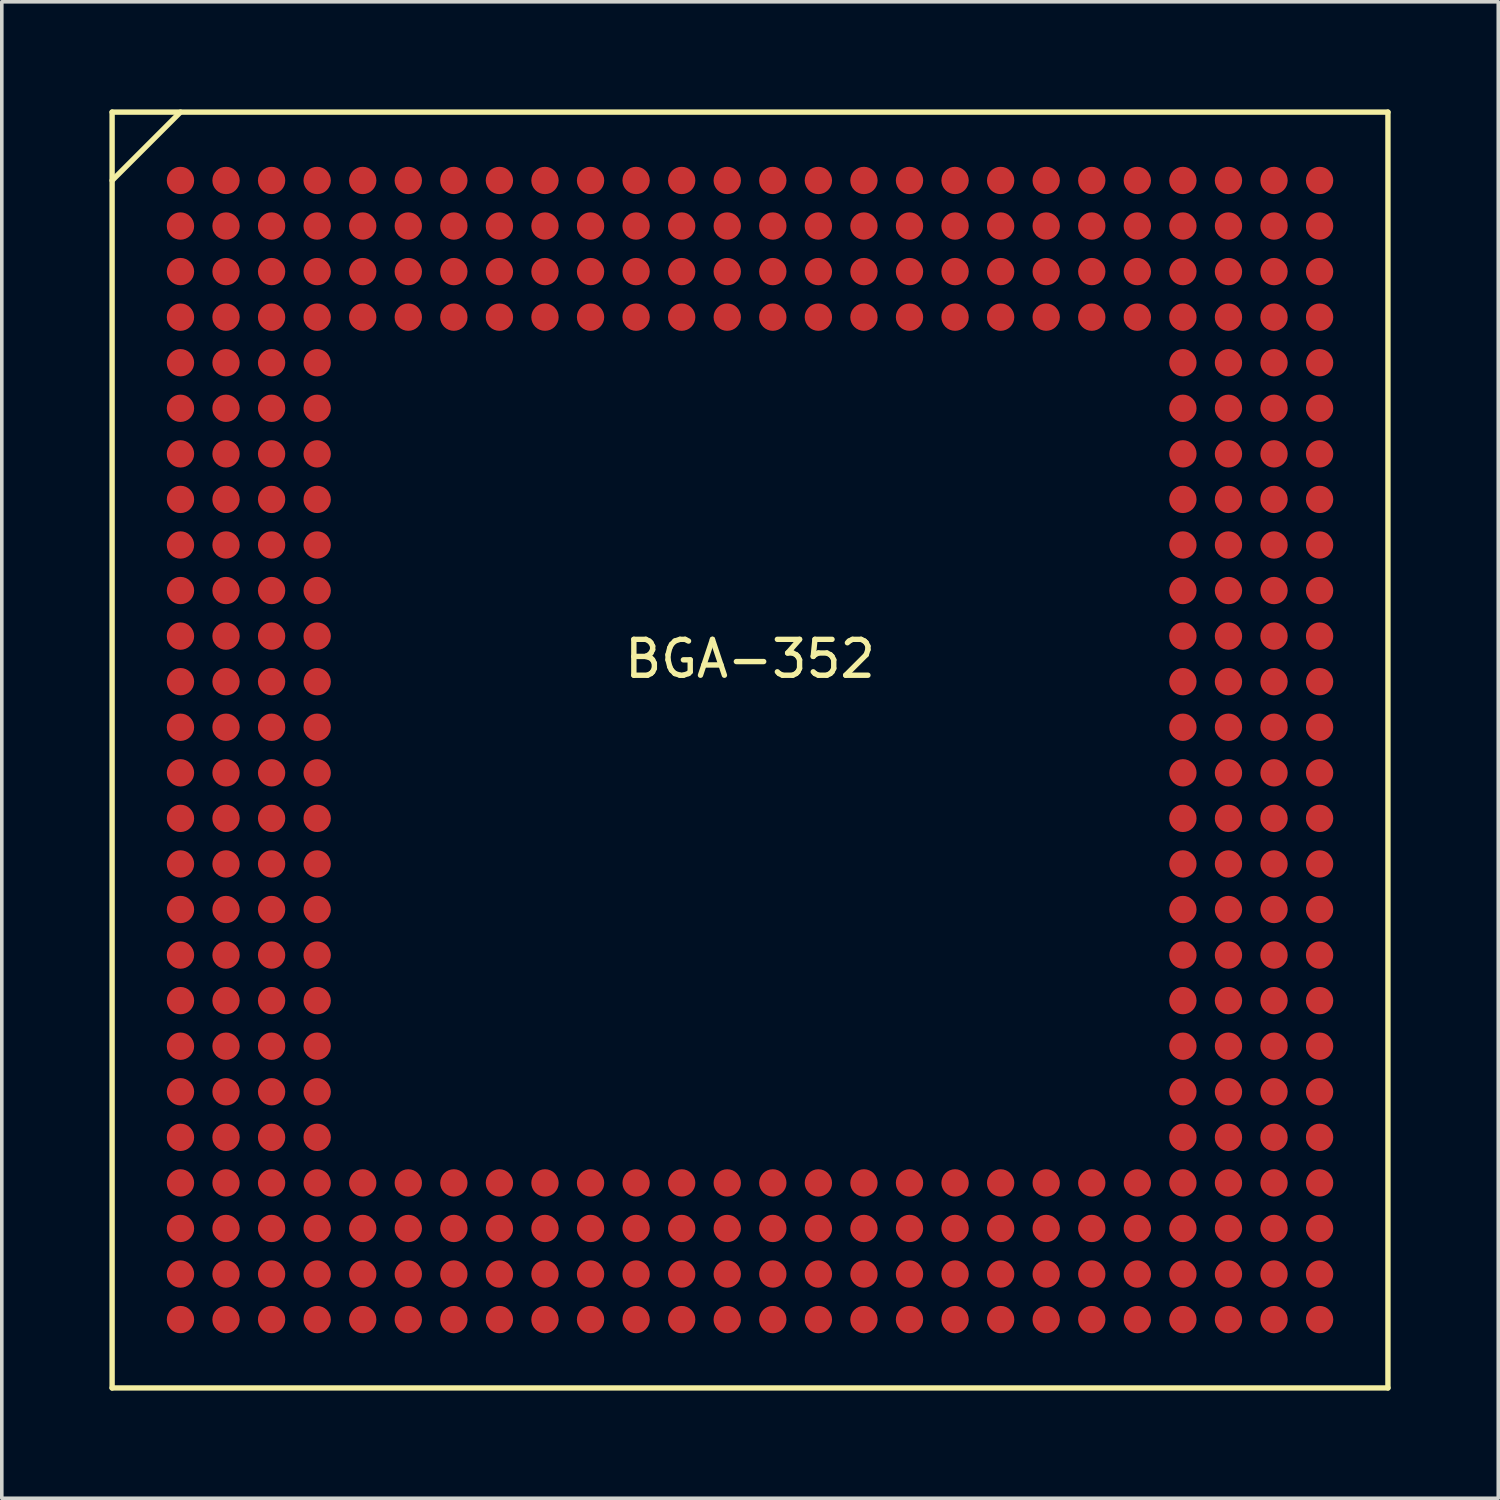
<source format=kicad_pcb>
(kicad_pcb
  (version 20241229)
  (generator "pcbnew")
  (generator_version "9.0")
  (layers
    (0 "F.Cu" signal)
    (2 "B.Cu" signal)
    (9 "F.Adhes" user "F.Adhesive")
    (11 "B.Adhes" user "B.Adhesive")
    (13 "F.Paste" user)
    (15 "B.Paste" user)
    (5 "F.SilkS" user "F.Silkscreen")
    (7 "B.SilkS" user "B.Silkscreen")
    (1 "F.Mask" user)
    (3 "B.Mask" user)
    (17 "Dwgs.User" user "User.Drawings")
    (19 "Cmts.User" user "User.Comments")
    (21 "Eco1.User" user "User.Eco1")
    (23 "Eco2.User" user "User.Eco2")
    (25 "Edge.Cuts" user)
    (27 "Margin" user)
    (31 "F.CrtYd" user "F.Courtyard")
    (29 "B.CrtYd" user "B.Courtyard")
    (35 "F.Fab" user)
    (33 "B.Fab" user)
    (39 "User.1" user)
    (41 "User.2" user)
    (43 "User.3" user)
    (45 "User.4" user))
  (footprint "BGA-352"
    (layer "F.Cu")
    (at 17.855 17.855)
    (property "Reference" "BGA-352" (at 0 -2.54 0) (layer "F.SilkS") (effects (font (size 1 1) (thickness 0.15))))
    (attr smd)
    (fp_line (start -17.78 -17.78) (end 17.78 -17.78) (stroke (width 0.15) (type solid)) (layer "F.SilkS"))
    (fp_line (start -17.78 -15.875) (end -15.875 -17.78) (stroke (width 0.15) (type solid)) (layer "F.SilkS"))
    (fp_line (start -17.78 17.78) (end -17.78 -17.78) (stroke (width 0.15) (type solid)) (layer "F.SilkS"))
    (fp_line (start 17.78 -17.78) (end 17.78 17.78) (stroke (width 0.15) (type solid)) (layer "F.SilkS"))
    (fp_line (start 17.78 17.78) (end -17.78 17.78) (stroke (width 0.15) (type solid)) (layer "F.SilkS"))
    (pad "A1" smd circle (at -15.875 -15.875) (size 0.762 0.762) (layers "F.Cu" "F.Mask" "F.Paste"))
    (pad "A2" smd circle (at -14.605 -15.875) (size 0.762 0.762) (layers "F.Cu" "F.Mask" "F.Paste"))
    (pad "A3" smd circle (at -13.335 -15.875) (size 0.762 0.762) (layers "F.Cu" "F.Mask" "F.Paste"))
    (pad "A4" smd circle (at -12.065 -15.875) (size 0.762 0.762) (layers "F.Cu" "F.Mask" "F.Paste"))
    (pad "A5" smd circle (at -10.795 -15.875) (size 0.762 0.762) (layers "F.Cu" "F.Mask" "F.Paste"))
    (pad "A6" smd circle (at -9.525 -15.875) (size 0.762 0.762) (layers "F.Cu" "F.Mask" "F.Paste"))
    (pad "A7" smd circle (at -8.255 -15.875) (size 0.762 0.762) (layers "F.Cu" "F.Mask" "F.Paste"))
    (pad "A8" smd circle (at -6.985 -15.875) (size 0.762 0.762) (layers "F.Cu" "F.Mask" "F.Paste"))
    (pad "A9" smd circle (at -5.715 -15.875) (size 0.762 0.762) (layers "F.Cu" "F.Mask" "F.Paste"))
    (pad "A10" smd circle (at -4.445 -15.875) (size 0.762 0.762) (layers "F.Cu" "F.Mask" "F.Paste"))
    (pad "A11" smd circle (at -3.175 -15.875) (size 0.762 0.762) (layers "F.Cu" "F.Mask" "F.Paste"))
    (pad "A12" smd circle (at -1.905 -15.875) (size 0.762 0.762) (layers "F.Cu" "F.Mask" "F.Paste"))
    (pad "A13" smd circle (at -0.635 -15.875) (size 0.762 0.762) (layers "F.Cu" "F.Mask" "F.Paste"))
    (pad "A14" smd circle (at 0.635 -15.875) (size 0.762 0.762) (layers "F.Cu" "F.Mask" "F.Paste"))
    (pad "A15" smd circle (at 1.905 -15.875) (size 0.762 0.762) (layers "F.Cu" "F.Mask" "F.Paste"))
    (pad "A16" smd circle (at 3.175 -15.875) (size 0.762 0.762) (layers "F.Cu" "F.Mask" "F.Paste"))
    (pad "A17" smd circle (at 4.445 -15.875) (size 0.762 0.762) (layers "F.Cu" "F.Mask" "F.Paste"))
    (pad "A18" smd circle (at 5.715 -15.875) (size 0.762 0.762) (layers "F.Cu" "F.Mask" "F.Paste"))
    (pad "A19" smd circle (at 6.985 -15.875) (size 0.762 0.762) (layers "F.Cu" "F.Mask" "F.Paste"))
    (pad "A20" smd circle (at 8.255 -15.875) (size 0.762 0.762) (layers "F.Cu" "F.Mask" "F.Paste"))
    (pad "A21" smd circle (at 9.525 -15.875) (size 0.762 0.762) (layers "F.Cu" "F.Mask" "F.Paste"))
    (pad "A22" smd circle (at 10.795 -15.875) (size 0.762 0.762) (layers "F.Cu" "F.Mask" "F.Paste"))
    (pad "A23" smd circle (at 12.065 -15.875) (size 0.762 0.762) (layers "F.Cu" "F.Mask" "F.Paste"))
    (pad "A24" smd circle (at 13.335 -15.875) (size 0.762 0.762) (layers "F.Cu" "F.Mask" "F.Paste"))
    (pad "A25" smd circle (at 14.605 -15.875) (size 0.762 0.762) (layers "F.Cu" "F.Mask" "F.Paste"))
    (pad "A26" smd circle (at 15.875 -15.875) (size 0.762 0.762) (layers "F.Cu" "F.Mask" "F.Paste"))
    (pad "AA1" smd circle (at -15.875 9.525) (size 0.762 0.762) (layers "F.Cu" "F.Mask" "F.Paste"))
    (pad "AA2" smd circle (at -14.605 9.525) (size 0.762 0.762) (layers "F.Cu" "F.Mask" "F.Paste"))
    (pad "AA3" smd circle (at -13.335 9.525) (size 0.762 0.762) (layers "F.Cu" "F.Mask" "F.Paste"))
    (pad "AA4" smd circle (at -12.065 9.525) (size 0.762 0.762) (layers "F.Cu" "F.Mask" "F.Paste"))
    (pad "AA23" smd circle (at 12.065 9.525) (size 0.762 0.762) (layers "F.Cu" "F.Mask" "F.Paste"))
    (pad "AA24" smd circle (at 13.335 9.525) (size 0.762 0.762) (layers "F.Cu" "F.Mask" "F.Paste"))
    (pad "AA25" smd circle (at 14.605 9.525) (size 0.762 0.762) (layers "F.Cu" "F.Mask" "F.Paste"))
    (pad "AA26" smd circle (at 15.875 9.525) (size 0.762 0.762) (layers "F.Cu" "F.Mask" "F.Paste"))
    (pad "AB1" smd circle (at -15.875 10.795) (size 0.762 0.762) (layers "F.Cu" "F.Mask" "F.Paste"))
    (pad "AB2" smd circle (at -14.605 10.795) (size 0.762 0.762) (layers "F.Cu" "F.Mask" "F.Paste"))
    (pad "AB3" smd circle (at -13.335 10.795) (size 0.762 0.762) (layers "F.Cu" "F.Mask" "F.Paste"))
    (pad "AB4" smd circle (at -12.065 10.795) (size 0.762 0.762) (layers "F.Cu" "F.Mask" "F.Paste"))
    (pad "AB23" smd circle (at 12.065 10.795) (size 0.762 0.762) (layers "F.Cu" "F.Mask" "F.Paste"))
    (pad "AB24" smd circle (at 13.335 10.795) (size 0.762 0.762) (layers "F.Cu" "F.Mask" "F.Paste"))
    (pad "AB25" smd circle (at 14.605 10.795) (size 0.762 0.762) (layers "F.Cu" "F.Mask" "F.Paste"))
    (pad "AB26" smd circle (at 15.875 10.795) (size 0.762 0.762) (layers "F.Cu" "F.Mask" "F.Paste"))
    (pad "AC1" smd circle (at -15.875 12.065) (size 0.762 0.762) (layers "F.Cu" "F.Mask" "F.Paste"))
    (pad "AC2" smd circle (at -14.605 12.065) (size 0.762 0.762) (layers "F.Cu" "F.Mask" "F.Paste"))
    (pad "AC3" smd circle (at -13.335 12.065) (size 0.762 0.762) (layers "F.Cu" "F.Mask" "F.Paste"))
    (pad "AC4" smd circle (at -12.065 12.065) (size 0.762 0.762) (layers "F.Cu" "F.Mask" "F.Paste"))
    (pad "AC5" smd circle (at -10.795 12.065) (size 0.762 0.762) (layers "F.Cu" "F.Mask" "F.Paste"))
    (pad "AC6" smd circle (at -9.525 12.065) (size 0.762 0.762) (layers "F.Cu" "F.Mask" "F.Paste"))
    (pad "AC7" smd circle (at -8.255 12.065) (size 0.762 0.762) (layers "F.Cu" "F.Mask" "F.Paste"))
    (pad "AC8" smd circle (at -6.985 12.065) (size 0.762 0.762) (layers "F.Cu" "F.Mask" "F.Paste"))
    (pad "AC9" smd circle (at -5.715 12.065) (size 0.762 0.762) (layers "F.Cu" "F.Mask" "F.Paste"))
    (pad "AC10" smd circle (at -4.445 12.065) (size 0.762 0.762) (layers "F.Cu" "F.Mask" "F.Paste"))
    (pad "AC11" smd circle (at -3.175 12.065) (size 0.762 0.762) (layers "F.Cu" "F.Mask" "F.Paste"))
    (pad "AC12" smd circle (at -1.905 12.065) (size 0.762 0.762) (layers "F.Cu" "F.Mask" "F.Paste"))
    (pad "AC13" smd circle (at -0.635 12.065) (size 0.762 0.762) (layers "F.Cu" "F.Mask" "F.Paste"))
    (pad "AC14" smd circle (at 0.635 12.065) (size 0.762 0.762) (layers "F.Cu" "F.Mask" "F.Paste"))
    (pad "AC15" smd circle (at 1.905 12.065) (size 0.762 0.762) (layers "F.Cu" "F.Mask" "F.Paste"))
    (pad "AC16" smd circle (at 3.175 12.065) (size 0.762 0.762) (layers "F.Cu" "F.Mask" "F.Paste"))
    (pad "AC17" smd circle (at 4.445 12.065) (size 0.762 0.762) (layers "F.Cu" "F.Mask" "F.Paste"))
    (pad "AC18" smd circle (at 5.715 12.065) (size 0.762 0.762) (layers "F.Cu" "F.Mask" "F.Paste"))
    (pad "AC19" smd circle (at 6.985 12.065) (size 0.762 0.762) (layers "F.Cu" "F.Mask" "F.Paste"))
    (pad "AC20" smd circle (at 8.255 12.065) (size 0.762 0.762) (layers "F.Cu" "F.Mask" "F.Paste"))
    (pad "AC21" smd circle (at 9.525 12.065) (size 0.762 0.762) (layers "F.Cu" "F.Mask" "F.Paste"))
    (pad "AC22" smd circle (at 10.795 12.065) (size 0.762 0.762) (layers "F.Cu" "F.Mask" "F.Paste"))
    (pad "AC23" smd circle (at 12.065 12.065) (size 0.762 0.762) (layers "F.Cu" "F.Mask" "F.Paste"))
    (pad "AC24" smd circle (at 13.335 12.065) (size 0.762 0.762) (layers "F.Cu" "F.Mask" "F.Paste"))
    (pad "AC25" smd circle (at 14.605 12.065) (size 0.762 0.762) (layers "F.Cu" "F.Mask" "F.Paste"))
    (pad "AC26" smd circle (at 15.875 12.065) (size 0.762 0.762) (layers "F.Cu" "F.Mask" "F.Paste"))
    (pad "AD1" smd circle (at -15.875 13.335) (size 0.762 0.762) (layers "F.Cu" "F.Mask" "F.Paste"))
    (pad "AD2" smd circle (at -14.605 13.335) (size 0.762 0.762) (layers "F.Cu" "F.Mask" "F.Paste"))
    (pad "AD3" smd circle (at -13.335 13.335) (size 0.762 0.762) (layers "F.Cu" "F.Mask" "F.Paste"))
    (pad "AD4" smd circle (at -12.065 13.335) (size 0.762 0.762) (layers "F.Cu" "F.Mask" "F.Paste"))
    (pad "AD5" smd circle (at -10.795 13.335) (size 0.762 0.762) (layers "F.Cu" "F.Mask" "F.Paste"))
    (pad "AD6" smd circle (at -9.525 13.335) (size 0.762 0.762) (layers "F.Cu" "F.Mask" "F.Paste"))
    (pad "AD7" smd circle (at -8.255 13.335) (size 0.762 0.762) (layers "F.Cu" "F.Mask" "F.Paste"))
    (pad "AD8" smd circle (at -6.985 13.335) (size 0.762 0.762) (layers "F.Cu" "F.Mask" "F.Paste"))
    (pad "AD9" smd circle (at -5.715 13.335) (size 0.762 0.762) (layers "F.Cu" "F.Mask" "F.Paste"))
    (pad "AD10" smd circle (at -4.445 13.335) (size 0.762 0.762) (layers "F.Cu" "F.Mask" "F.Paste"))
    (pad "AD11" smd circle (at -3.175 13.335) (size 0.762 0.762) (layers "F.Cu" "F.Mask" "F.Paste"))
    (pad "AD12" smd circle (at -1.905 13.335) (size 0.762 0.762) (layers "F.Cu" "F.Mask" "F.Paste"))
    (pad "AD13" smd circle (at -0.635 13.335) (size 0.762 0.762) (layers "F.Cu" "F.Mask" "F.Paste"))
    (pad "AD14" smd circle (at 0.635 13.335) (size 0.762 0.762) (layers "F.Cu" "F.Mask" "F.Paste"))
    (pad "AD15" smd circle (at 1.905 13.335) (size 0.762 0.762) (layers "F.Cu" "F.Mask" "F.Paste"))
    (pad "AD16" smd circle (at 3.175 13.335) (size 0.762 0.762) (layers "F.Cu" "F.Mask" "F.Paste"))
    (pad "AD17" smd circle (at 4.445 13.335) (size 0.762 0.762) (layers "F.Cu" "F.Mask" "F.Paste"))
    (pad "AD18" smd circle (at 5.715 13.335) (size 0.762 0.762) (layers "F.Cu" "F.Mask" "F.Paste"))
    (pad "AD19" smd circle (at 6.985 13.335) (size 0.762 0.762) (layers "F.Cu" "F.Mask" "F.Paste"))
    (pad "AD20" smd circle (at 8.255 13.335) (size 0.762 0.762) (layers "F.Cu" "F.Mask" "F.Paste"))
    (pad "AD21" smd circle (at 9.525 13.335) (size 0.762 0.762) (layers "F.Cu" "F.Mask" "F.Paste"))
    (pad "AD22" smd circle (at 10.795 13.335) (size 0.762 0.762) (layers "F.Cu" "F.Mask" "F.Paste"))
    (pad "AD23" smd circle (at 12.065 13.335) (size 0.762 0.762) (layers "F.Cu" "F.Mask" "F.Paste"))
    (pad "AD24" smd circle (at 13.335 13.335) (size 0.762 0.762) (layers "F.Cu" "F.Mask" "F.Paste"))
    (pad "AD25" smd circle (at 14.605 13.335) (size 0.762 0.762) (layers "F.Cu" "F.Mask" "F.Paste"))
    (pad "AD26" smd circle (at 15.875 13.335) (size 0.762 0.762) (layers "F.Cu" "F.Mask" "F.Paste"))
    (pad "AE1" smd circle (at -15.875 14.605) (size 0.762 0.762) (layers "F.Cu" "F.Mask" "F.Paste"))
    (pad "AE2" smd circle (at -14.605 14.605) (size 0.762 0.762) (layers "F.Cu" "F.Mask" "F.Paste"))
    (pad "AE3" smd circle (at -13.335 14.605) (size 0.762 0.762) (layers "F.Cu" "F.Mask" "F.Paste"))
    (pad "AE4" smd circle (at -12.065 14.605) (size 0.762 0.762) (layers "F.Cu" "F.Mask" "F.Paste"))
    (pad "AE5" smd circle (at -10.795 14.605) (size 0.762 0.762) (layers "F.Cu" "F.Mask" "F.Paste"))
    (pad "AE6" smd circle (at -9.525 14.605) (size 0.762 0.762) (layers "F.Cu" "F.Mask" "F.Paste"))
    (pad "AE7" smd circle (at -8.255 14.605) (size 0.762 0.762) (layers "F.Cu" "F.Mask" "F.Paste"))
    (pad "AE8" smd circle (at -6.985 14.605) (size 0.762 0.762) (layers "F.Cu" "F.Mask" "F.Paste"))
    (pad "AE9" smd circle (at -5.715 14.605) (size 0.762 0.762) (layers "F.Cu" "F.Mask" "F.Paste"))
    (pad "AE10" smd circle (at -4.445 14.605) (size 0.762 0.762) (layers "F.Cu" "F.Mask" "F.Paste"))
    (pad "AE11" smd circle (at -3.175 14.605) (size 0.762 0.762) (layers "F.Cu" "F.Mask" "F.Paste"))
    (pad "AE12" smd circle (at -1.905 14.605) (size 0.762 0.762) (layers "F.Cu" "F.Mask" "F.Paste"))
    (pad "AE13" smd circle (at -0.635 14.605) (size 0.762 0.762) (layers "F.Cu" "F.Mask" "F.Paste"))
    (pad "AE14" smd circle (at 0.635 14.605) (size 0.762 0.762) (layers "F.Cu" "F.Mask" "F.Paste"))
    (pad "AE15" smd circle (at 1.905 14.605) (size 0.762 0.762) (layers "F.Cu" "F.Mask" "F.Paste"))
    (pad "AE16" smd circle (at 3.175 14.605) (size 0.762 0.762) (layers "F.Cu" "F.Mask" "F.Paste"))
    (pad "AE17" smd circle (at 4.445 14.605) (size 0.762 0.762) (layers "F.Cu" "F.Mask" "F.Paste"))
    (pad "AE18" smd circle (at 5.715 14.605) (size 0.762 0.762) (layers "F.Cu" "F.Mask" "F.Paste"))
    (pad "AE19" smd circle (at 6.985 14.605) (size 0.762 0.762) (layers "F.Cu" "F.Mask" "F.Paste"))
    (pad "AE20" smd circle (at 8.255 14.605) (size 0.762 0.762) (layers "F.Cu" "F.Mask" "F.Paste"))
    (pad "AE21" smd circle (at 9.525 14.605) (size 0.762 0.762) (layers "F.Cu" "F.Mask" "F.Paste"))
    (pad "AE22" smd circle (at 10.795 14.605) (size 0.762 0.762) (layers "F.Cu" "F.Mask" "F.Paste"))
    (pad "AE23" smd circle (at 12.065 14.605) (size 0.762 0.762) (layers "F.Cu" "F.Mask" "F.Paste"))
    (pad "AE24" smd circle (at 13.335 14.605) (size 0.762 0.762) (layers "F.Cu" "F.Mask" "F.Paste"))
    (pad "AE25" smd circle (at 14.605 14.605) (size 0.762 0.762) (layers "F.Cu" "F.Mask" "F.Paste"))
    (pad "AE26" smd circle (at 15.875 14.605) (size 0.762 0.762) (layers "F.Cu" "F.Mask" "F.Paste"))
    (pad "AF1" smd circle (at -15.875 15.875) (size 0.762 0.762) (layers "F.Cu" "F.Mask" "F.Paste"))
    (pad "AF2" smd circle (at -14.605 15.875) (size 0.762 0.762) (layers "F.Cu" "F.Mask" "F.Paste"))
    (pad "AF3" smd circle (at -13.335 15.875) (size 0.762 0.762) (layers "F.Cu" "F.Mask" "F.Paste"))
    (pad "AF4" smd circle (at -12.065 15.875) (size 0.762 0.762) (layers "F.Cu" "F.Mask" "F.Paste"))
    (pad "AF5" smd circle (at -10.795 15.875) (size 0.762 0.762) (layers "F.Cu" "F.Mask" "F.Paste"))
    (pad "AF6" smd circle (at -9.525 15.875) (size 0.762 0.762) (layers "F.Cu" "F.Mask" "F.Paste"))
    (pad "AF7" smd circle (at -8.255 15.875) (size 0.762 0.762) (layers "F.Cu" "F.Mask" "F.Paste"))
    (pad "AF8" smd circle (at -6.985 15.875) (size 0.762 0.762) (layers "F.Cu" "F.Mask" "F.Paste"))
    (pad "AF9" smd circle (at -5.715 15.875) (size 0.762 0.762) (layers "F.Cu" "F.Mask" "F.Paste"))
    (pad "AF10" smd circle (at -4.445 15.875) (size 0.762 0.762) (layers "F.Cu" "F.Mask" "F.Paste"))
    (pad "AF11" smd circle (at -3.175 15.875) (size 0.762 0.762) (layers "F.Cu" "F.Mask" "F.Paste"))
    (pad "AF12" smd circle (at -1.905 15.875) (size 0.762 0.762) (layers "F.Cu" "F.Mask" "F.Paste"))
    (pad "AF13" smd circle (at -0.635 15.875) (size 0.762 0.762) (layers "F.Cu" "F.Mask" "F.Paste"))
    (pad "AF14" smd circle (at 0.635 15.875) (size 0.762 0.762) (layers "F.Cu" "F.Mask" "F.Paste"))
    (pad "AF15" smd circle (at 1.905 15.875) (size 0.762 0.762) (layers "F.Cu" "F.Mask" "F.Paste"))
    (pad "AF16" smd circle (at 3.175 15.875) (size 0.762 0.762) (layers "F.Cu" "F.Mask" "F.Paste"))
    (pad "AF17" smd circle (at 4.445 15.875) (size 0.762 0.762) (layers "F.Cu" "F.Mask" "F.Paste"))
    (pad "AF18" smd circle (at 5.715 15.875) (size 0.762 0.762) (layers "F.Cu" "F.Mask" "F.Paste"))
    (pad "AF19" smd circle (at 6.985 15.875) (size 0.762 0.762) (layers "F.Cu" "F.Mask" "F.Paste"))
    (pad "AF20" smd circle (at 8.255 15.875) (size 0.762 0.762) (layers "F.Cu" "F.Mask" "F.Paste"))
    (pad "AF21" smd circle (at 9.525 15.875) (size 0.762 0.762) (layers "F.Cu" "F.Mask" "F.Paste"))
    (pad "AF22" smd circle (at 10.795 15.875) (size 0.762 0.762) (layers "F.Cu" "F.Mask" "F.Paste"))
    (pad "AF23" smd circle (at 12.065 15.875) (size 0.762 0.762) (layers "F.Cu" "F.Mask" "F.Paste"))
    (pad "AF24" smd circle (at 13.335 15.875) (size 0.762 0.762) (layers "F.Cu" "F.Mask" "F.Paste"))
    (pad "AF25" smd circle (at 14.605 15.875) (size 0.762 0.762) (layers "F.Cu" "F.Mask" "F.Paste"))
    (pad "AF26" smd circle (at 15.875 15.875) (size 0.762 0.762) (layers "F.Cu" "F.Mask" "F.Paste"))
    (pad "B1" smd circle (at -15.875 -14.605) (size 0.762 0.762) (layers "F.Cu" "F.Mask" "F.Paste"))
    (pad "B2" smd circle (at -14.605 -14.605) (size 0.762 0.762) (layers "F.Cu" "F.Mask" "F.Paste"))
    (pad "B3" smd circle (at -13.335 -14.605) (size 0.762 0.762) (layers "F.Cu" "F.Mask" "F.Paste"))
    (pad "B4" smd circle (at -12.065 -14.605) (size 0.762 0.762) (layers "F.Cu" "F.Mask" "F.Paste"))
    (pad "B5" smd circle (at -10.795 -14.605) (size 0.762 0.762) (layers "F.Cu" "F.Mask" "F.Paste"))
    (pad "B6" smd circle (at -9.525 -14.605) (size 0.762 0.762) (layers "F.Cu" "F.Mask" "F.Paste"))
    (pad "B7" smd circle (at -8.255 -14.605) (size 0.762 0.762) (layers "F.Cu" "F.Mask" "F.Paste"))
    (pad "B8" smd circle (at -6.985 -14.605) (size 0.762 0.762) (layers "F.Cu" "F.Mask" "F.Paste"))
    (pad "B9" smd circle (at -5.715 -14.605) (size 0.762 0.762) (layers "F.Cu" "F.Mask" "F.Paste"))
    (pad "B10" smd circle (at -4.445 -14.605) (size 0.762 0.762) (layers "F.Cu" "F.Mask" "F.Paste"))
    (pad "B11" smd circle (at -3.175 -14.605) (size 0.762 0.762) (layers "F.Cu" "F.Mask" "F.Paste"))
    (pad "B12" smd circle (at -1.905 -14.605) (size 0.762 0.762) (layers "F.Cu" "F.Mask" "F.Paste"))
    (pad "B13" smd circle (at -0.635 -14.605) (size 0.762 0.762) (layers "F.Cu" "F.Mask" "F.Paste"))
    (pad "B14" smd circle (at 0.635 -14.605) (size 0.762 0.762) (layers "F.Cu" "F.Mask" "F.Paste"))
    (pad "B15" smd circle (at 1.905 -14.605) (size 0.762 0.762) (layers "F.Cu" "F.Mask" "F.Paste"))
    (pad "B16" smd circle (at 3.175 -14.605) (size 0.762 0.762) (layers "F.Cu" "F.Mask" "F.Paste"))
    (pad "B17" smd circle (at 4.445 -14.605) (size 0.762 0.762) (layers "F.Cu" "F.Mask" "F.Paste"))
    (pad "B18" smd circle (at 5.715 -14.605) (size 0.762 0.762) (layers "F.Cu" "F.Mask" "F.Paste"))
    (pad "B19" smd circle (at 6.985 -14.605) (size 0.762 0.762) (layers "F.Cu" "F.Mask" "F.Paste"))
    (pad "B20" smd circle (at 8.255 -14.605) (size 0.762 0.762) (layers "F.Cu" "F.Mask" "F.Paste"))
    (pad "B21" smd circle (at 9.525 -14.605) (size 0.762 0.762) (layers "F.Cu" "F.Mask" "F.Paste"))
    (pad "B22" smd circle (at 10.795 -14.605) (size 0.762 0.762) (layers "F.Cu" "F.Mask" "F.Paste"))
    (pad "B23" smd circle (at 12.065 -14.605) (size 0.762 0.762) (layers "F.Cu" "F.Mask" "F.Paste"))
    (pad "B24" smd circle (at 13.335 -14.605) (size 0.762 0.762) (layers "F.Cu" "F.Mask" "F.Paste"))
    (pad "B25" smd circle (at 14.605 -14.605) (size 0.762 0.762) (layers "F.Cu" "F.Mask" "F.Paste"))
    (pad "B26" smd circle (at 15.875 -14.605) (size 0.762 0.762) (layers "F.Cu" "F.Mask" "F.Paste"))
    (pad "C1" smd circle (at -15.875 -13.335) (size 0.762 0.762) (layers "F.Cu" "F.Mask" "F.Paste"))
    (pad "C2" smd circle (at -14.605 -13.335) (size 0.762 0.762) (layers "F.Cu" "F.Mask" "F.Paste"))
    (pad "C3" smd circle (at -13.335 -13.335) (size 0.762 0.762) (layers "F.Cu" "F.Mask" "F.Paste"))
    (pad "C4" smd circle (at -12.065 -13.335) (size 0.762 0.762) (layers "F.Cu" "F.Mask" "F.Paste"))
    (pad "C5" smd circle (at -10.795 -13.335) (size 0.762 0.762) (layers "F.Cu" "F.Mask" "F.Paste"))
    (pad "C6" smd circle (at -9.525 -13.335) (size 0.762 0.762) (layers "F.Cu" "F.Mask" "F.Paste"))
    (pad "C7" smd circle (at -8.255 -13.335) (size 0.762 0.762) (layers "F.Cu" "F.Mask" "F.Paste"))
    (pad "C8" smd circle (at -6.985 -13.335) (size 0.762 0.762) (layers "F.Cu" "F.Mask" "F.Paste"))
    (pad "C9" smd circle (at -5.715 -13.335) (size 0.762 0.762) (layers "F.Cu" "F.Mask" "F.Paste"))
    (pad "C10" smd circle (at -4.445 -13.335) (size 0.762 0.762) (layers "F.Cu" "F.Mask" "F.Paste"))
    (pad "C11" smd circle (at -3.175 -13.335) (size 0.762 0.762) (layers "F.Cu" "F.Mask" "F.Paste"))
    (pad "C12" smd circle (at -1.905 -13.335) (size 0.762 0.762) (layers "F.Cu" "F.Mask" "F.Paste"))
    (pad "C13" smd circle (at -0.635 -13.335) (size 0.762 0.762) (layers "F.Cu" "F.Mask" "F.Paste"))
    (pad "C14" smd circle (at 0.635 -13.335) (size 0.762 0.762) (layers "F.Cu" "F.Mask" "F.Paste"))
    (pad "C15" smd circle (at 1.905 -13.335) (size 0.762 0.762) (layers "F.Cu" "F.Mask" "F.Paste"))
    (pad "C16" smd circle (at 3.175 -13.335) (size 0.762 0.762) (layers "F.Cu" "F.Mask" "F.Paste"))
    (pad "C17" smd circle (at 4.445 -13.335) (size 0.762 0.762) (layers "F.Cu" "F.Mask" "F.Paste"))
    (pad "C18" smd circle (at 5.715 -13.335) (size 0.762 0.762) (layers "F.Cu" "F.Mask" "F.Paste"))
    (pad "C19" smd circle (at 6.985 -13.335) (size 0.762 0.762) (layers "F.Cu" "F.Mask" "F.Paste"))
    (pad "C20" smd circle (at 8.255 -13.335) (size 0.762 0.762) (layers "F.Cu" "F.Mask" "F.Paste"))
    (pad "C21" smd circle (at 9.525 -13.335) (size 0.762 0.762) (layers "F.Cu" "F.Mask" "F.Paste"))
    (pad "C22" smd circle (at 10.795 -13.335) (size 0.762 0.762) (layers "F.Cu" "F.Mask" "F.Paste"))
    (pad "C23" smd circle (at 12.065 -13.335) (size 0.762 0.762) (layers "F.Cu" "F.Mask" "F.Paste"))
    (pad "C24" smd circle (at 13.335 -13.335) (size 0.762 0.762) (layers "F.Cu" "F.Mask" "F.Paste"))
    (pad "C25" smd circle (at 14.605 -13.335) (size 0.762 0.762) (layers "F.Cu" "F.Mask" "F.Paste"))
    (pad "C26" smd circle (at 15.875 -13.335) (size 0.762 0.762) (layers "F.Cu" "F.Mask" "F.Paste"))
    (pad "D1" smd circle (at -15.875 -12.065) (size 0.762 0.762) (layers "F.Cu" "F.Mask" "F.Paste"))
    (pad "D2" smd circle (at -14.605 -12.065) (size 0.762 0.762) (layers "F.Cu" "F.Mask" "F.Paste"))
    (pad "D3" smd circle (at -13.335 -12.065) (size 0.762 0.762) (layers "F.Cu" "F.Mask" "F.Paste"))
    (pad "D4" smd circle (at -12.065 -12.065) (size 0.762 0.762) (layers "F.Cu" "F.Mask" "F.Paste"))
    (pad "D5" smd circle (at -10.795 -12.065) (size 0.762 0.762) (layers "F.Cu" "F.Mask" "F.Paste"))
    (pad "D6" smd circle (at -9.525 -12.065) (size 0.762 0.762) (layers "F.Cu" "F.Mask" "F.Paste"))
    (pad "D7" smd circle (at -8.255 -12.065) (size 0.762 0.762) (layers "F.Cu" "F.Mask" "F.Paste"))
    (pad "D8" smd circle (at -6.985 -12.065) (size 0.762 0.762) (layers "F.Cu" "F.Mask" "F.Paste"))
    (pad "D9" smd circle (at -5.715 -12.065) (size 0.762 0.762) (layers "F.Cu" "F.Mask" "F.Paste"))
    (pad "D10" smd circle (at -4.445 -12.065) (size 0.762 0.762) (layers "F.Cu" "F.Mask" "F.Paste"))
    (pad "D11" smd circle (at -3.175 -12.065) (size 0.762 0.762) (layers "F.Cu" "F.Mask" "F.Paste"))
    (pad "D12" smd circle (at -1.905 -12.065) (size 0.762 0.762) (layers "F.Cu" "F.Mask" "F.Paste"))
    (pad "D13" smd circle (at -0.635 -12.065) (size 0.762 0.762) (layers "F.Cu" "F.Mask" "F.Paste"))
    (pad "D14" smd circle (at 0.635 -12.065) (size 0.762 0.762) (layers "F.Cu" "F.Mask" "F.Paste"))
    (pad "D15" smd circle (at 1.905 -12.065) (size 0.762 0.762) (layers "F.Cu" "F.Mask" "F.Paste"))
    (pad "D16" smd circle (at 3.175 -12.065) (size 0.762 0.762) (layers "F.Cu" "F.Mask" "F.Paste"))
    (pad "D17" smd circle (at 4.445 -12.065) (size 0.762 0.762) (layers "F.Cu" "F.Mask" "F.Paste"))
    (pad "D18" smd circle (at 5.715 -12.065) (size 0.762 0.762) (layers "F.Cu" "F.Mask" "F.Paste"))
    (pad "D19" smd circle (at 6.985 -12.065) (size 0.762 0.762) (layers "F.Cu" "F.Mask" "F.Paste"))
    (pad "D20" smd circle (at 8.255 -12.065) (size 0.762 0.762) (layers "F.Cu" "F.Mask" "F.Paste"))
    (pad "D21" smd circle (at 9.525 -12.065) (size 0.762 0.762) (layers "F.Cu" "F.Mask" "F.Paste"))
    (pad "D22" smd circle (at 10.795 -12.065) (size 0.762 0.762) (layers "F.Cu" "F.Mask" "F.Paste"))
    (pad "D23" smd circle (at 12.065 -12.065) (size 0.762 0.762) (layers "F.Cu" "F.Mask" "F.Paste"))
    (pad "D24" smd circle (at 13.335 -12.065) (size 0.762 0.762) (layers "F.Cu" "F.Mask" "F.Paste"))
    (pad "D25" smd circle (at 14.605 -12.065) (size 0.762 0.762) (layers "F.Cu" "F.Mask" "F.Paste"))
    (pad "D26" smd circle (at 15.875 -12.065) (size 0.762 0.762) (layers "F.Cu" "F.Mask" "F.Paste"))
    (pad "E1" smd circle (at -15.875 -10.795) (size 0.762 0.762) (layers "F.Cu" "F.Mask" "F.Paste"))
    (pad "E2" smd circle (at -14.605 -10.795) (size 0.762 0.762) (layers "F.Cu" "F.Mask" "F.Paste"))
    (pad "E3" smd circle (at -13.335 -10.795) (size 0.762 0.762) (layers "F.Cu" "F.Mask" "F.Paste"))
    (pad "E4" smd circle (at -12.065 -10.795) (size 0.762 0.762) (layers "F.Cu" "F.Mask" "F.Paste"))
    (pad "E23" smd circle (at 12.065 -10.795) (size 0.762 0.762) (layers "F.Cu" "F.Mask" "F.Paste"))
    (pad "E24" smd circle (at 13.335 -10.795) (size 0.762 0.762) (layers "F.Cu" "F.Mask" "F.Paste"))
    (pad "E25" smd circle (at 14.605 -10.795) (size 0.762 0.762) (layers "F.Cu" "F.Mask" "F.Paste"))
    (pad "E26" smd circle (at 15.875 -10.795) (size 0.762 0.762) (layers "F.Cu" "F.Mask" "F.Paste"))
    (pad "F1" smd circle (at -15.875 -9.525) (size 0.762 0.762) (layers "F.Cu" "F.Mask" "F.Paste"))
    (pad "F2" smd circle (at -14.605 -9.525) (size 0.762 0.762) (layers "F.Cu" "F.Mask" "F.Paste"))
    (pad "F3" smd circle (at -13.335 -9.525) (size 0.762 0.762) (layers "F.Cu" "F.Mask" "F.Paste"))
    (pad "F4" smd circle (at -12.065 -9.525) (size 0.762 0.762) (layers "F.Cu" "F.Mask" "F.Paste"))
    (pad "F23" smd circle (at 12.065 -9.525) (size 0.762 0.762) (layers "F.Cu" "F.Mask" "F.Paste"))
    (pad "F24" smd circle (at 13.335 -9.525) (size 0.762 0.762) (layers "F.Cu" "F.Mask" "F.Paste"))
    (pad "F25" smd circle (at 14.605 -9.525) (size 0.762 0.762) (layers "F.Cu" "F.Mask" "F.Paste"))
    (pad "F26" smd circle (at 15.875 -9.525) (size 0.762 0.762) (layers "F.Cu" "F.Mask" "F.Paste"))
    (pad "G1" smd circle (at -15.875 -8.255) (size 0.762 0.762) (layers "F.Cu" "F.Mask" "F.Paste"))
    (pad "G2" smd circle (at -14.605 -8.255) (size 0.762 0.762) (layers "F.Cu" "F.Mask" "F.Paste"))
    (pad "G3" smd circle (at -13.335 -8.255) (size 0.762 0.762) (layers "F.Cu" "F.Mask" "F.Paste"))
    (pad "G4" smd circle (at -12.065 -8.255) (size 0.762 0.762) (layers "F.Cu" "F.Mask" "F.Paste"))
    (pad "G23" smd circle (at 12.065 -8.255) (size 0.762 0.762) (layers "F.Cu" "F.Mask" "F.Paste"))
    (pad "G24" smd circle (at 13.335 -8.255) (size 0.762 0.762) (layers "F.Cu" "F.Mask" "F.Paste"))
    (pad "G25" smd circle (at 14.605 -8.255) (size 0.762 0.762) (layers "F.Cu" "F.Mask" "F.Paste"))
    (pad "G26" smd circle (at 15.875 -8.255) (size 0.762 0.762) (layers "F.Cu" "F.Mask" "F.Paste"))
    (pad "H1" smd circle (at -15.875 -6.985) (size 0.762 0.762) (layers "F.Cu" "F.Mask" "F.Paste"))
    (pad "H2" smd circle (at -14.605 -6.985) (size 0.762 0.762) (layers "F.Cu" "F.Mask" "F.Paste"))
    (pad "H3" smd circle (at -13.335 -6.985) (size 0.762 0.762) (layers "F.Cu" "F.Mask" "F.Paste"))
    (pad "H4" smd circle (at -12.065 -6.985) (size 0.762 0.762) (layers "F.Cu" "F.Mask" "F.Paste"))
    (pad "H23" smd circle (at 12.065 -6.985) (size 0.762 0.762) (layers "F.Cu" "F.Mask" "F.Paste"))
    (pad "H24" smd circle (at 13.335 -6.985) (size 0.762 0.762) (layers "F.Cu" "F.Mask" "F.Paste"))
    (pad "H25" smd circle (at 14.605 -6.985) (size 0.762 0.762) (layers "F.Cu" "F.Mask" "F.Paste"))
    (pad "H26" smd circle (at 15.875 -6.985) (size 0.762 0.762) (layers "F.Cu" "F.Mask" "F.Paste"))
    (pad "J1" smd circle (at -15.875 -5.715) (size 0.762 0.762) (layers "F.Cu" "F.Mask" "F.Paste"))
    (pad "J2" smd circle (at -14.605 -5.715) (size 0.762 0.762) (layers "F.Cu" "F.Mask" "F.Paste"))
    (pad "J3" smd circle (at -13.335 -5.715) (size 0.762 0.762) (layers "F.Cu" "F.Mask" "F.Paste"))
    (pad "J4" smd circle (at -12.065 -5.715) (size 0.762 0.762) (layers "F.Cu" "F.Mask" "F.Paste"))
    (pad "J23" smd circle (at 12.065 -5.715) (size 0.762 0.762) (layers "F.Cu" "F.Mask" "F.Paste"))
    (pad "J24" smd circle (at 13.335 -5.715) (size 0.762 0.762) (layers "F.Cu" "F.Mask" "F.Paste"))
    (pad "J25" smd circle (at 14.605 -5.715) (size 0.762 0.762) (layers "F.Cu" "F.Mask" "F.Paste"))
    (pad "J26" smd circle (at 15.875 -5.715) (size 0.762 0.762) (layers "F.Cu" "F.Mask" "F.Paste"))
    (pad "K1" smd circle (at -15.875 -4.445) (size 0.762 0.762) (layers "F.Cu" "F.Mask" "F.Paste"))
    (pad "K2" smd circle (at -14.605 -4.445) (size 0.762 0.762) (layers "F.Cu" "F.Mask" "F.Paste"))
    (pad "K3" smd circle (at -13.335 -4.445) (size 0.762 0.762) (layers "F.Cu" "F.Mask" "F.Paste"))
    (pad "K4" smd circle (at -12.065 -4.445) (size 0.762 0.762) (layers "F.Cu" "F.Mask" "F.Paste"))
    (pad "K23" smd circle (at 12.065 -4.445) (size 0.762 0.762) (layers "F.Cu" "F.Mask" "F.Paste"))
    (pad "K24" smd circle (at 13.335 -4.445) (size 0.762 0.762) (layers "F.Cu" "F.Mask" "F.Paste"))
    (pad "K25" smd circle (at 14.605 -4.445) (size 0.762 0.762) (layers "F.Cu" "F.Mask" "F.Paste"))
    (pad "K26" smd circle (at 15.875 -4.445) (size 0.762 0.762) (layers "F.Cu" "F.Mask" "F.Paste"))
    (pad "L1" smd circle (at -15.875 -3.175) (size 0.762 0.762) (layers "F.Cu" "F.Mask" "F.Paste"))
    (pad "L2" smd circle (at -14.605 -3.175) (size 0.762 0.762) (layers "F.Cu" "F.Mask" "F.Paste"))
    (pad "L3" smd circle (at -13.335 -3.175) (size 0.762 0.762) (layers "F.Cu" "F.Mask" "F.Paste"))
    (pad "L4" smd circle (at -12.065 -3.175) (size 0.762 0.762) (layers "F.Cu" "F.Mask" "F.Paste"))
    (pad "L23" smd circle (at 12.065 -3.175) (size 0.762 0.762) (layers "F.Cu" "F.Mask" "F.Paste"))
    (pad "L24" smd circle (at 13.335 -3.175) (size 0.762 0.762) (layers "F.Cu" "F.Mask" "F.Paste"))
    (pad "L25" smd circle (at 14.605 -3.175) (size 0.762 0.762) (layers "F.Cu" "F.Mask" "F.Paste"))
    (pad "L26" smd circle (at 15.875 -3.175) (size 0.762 0.762) (layers "F.Cu" "F.Mask" "F.Paste"))
    (pad "M1" smd circle (at -15.875 -1.905) (size 0.762 0.762) (layers "F.Cu" "F.Mask" "F.Paste"))
    (pad "M2" smd circle (at -14.605 -1.905) (size 0.762 0.762) (layers "F.Cu" "F.Mask" "F.Paste"))
    (pad "M3" smd circle (at -13.335 -1.905) (size 0.762 0.762) (layers "F.Cu" "F.Mask" "F.Paste"))
    (pad "M4" smd circle (at -12.065 -1.905) (size 0.762 0.762) (layers "F.Cu" "F.Mask" "F.Paste"))
    (pad "M23" smd circle (at 12.065 -1.905) (size 0.762 0.762) (layers "F.Cu" "F.Mask" "F.Paste"))
    (pad "M24" smd circle (at 13.335 -1.905) (size 0.762 0.762) (layers "F.Cu" "F.Mask" "F.Paste"))
    (pad "M25" smd circle (at 14.605 -1.905) (size 0.762 0.762) (layers "F.Cu" "F.Mask" "F.Paste"))
    (pad "M26" smd circle (at 15.875 -1.905) (size 0.762 0.762) (layers "F.Cu" "F.Mask" "F.Paste"))
    (pad "N1" smd circle (at -15.875 -0.635) (size 0.762 0.762) (layers "F.Cu" "F.Mask" "F.Paste"))
    (pad "N2" smd circle (at -14.605 -0.635) (size 0.762 0.762) (layers "F.Cu" "F.Mask" "F.Paste"))
    (pad "N3" smd circle (at -13.335 -0.635) (size 0.762 0.762) (layers "F.Cu" "F.Mask" "F.Paste"))
    (pad "N4" smd circle (at -12.065 -0.635) (size 0.762 0.762) (layers "F.Cu" "F.Mask" "F.Paste"))
    (pad "N23" smd circle (at 12.065 -0.635) (size 0.762 0.762) (layers "F.Cu" "F.Mask" "F.Paste"))
    (pad "N24" smd circle (at 13.335 -0.635) (size 0.762 0.762) (layers "F.Cu" "F.Mask" "F.Paste"))
    (pad "N25" smd circle (at 14.605 -0.635) (size 0.762 0.762) (layers "F.Cu" "F.Mask" "F.Paste"))
    (pad "N26" smd circle (at 15.875 -0.635) (size 0.762 0.762) (layers "F.Cu" "F.Mask" "F.Paste"))
    (pad "P1" smd circle (at -15.875 0.635) (size 0.762 0.762) (layers "F.Cu" "F.Mask" "F.Paste"))
    (pad "P2" smd circle (at -14.605 0.635) (size 0.762 0.762) (layers "F.Cu" "F.Mask" "F.Paste"))
    (pad "P3" smd circle (at -13.335 0.635) (size 0.762 0.762) (layers "F.Cu" "F.Mask" "F.Paste"))
    (pad "P4" smd circle (at -12.065 0.635) (size 0.762 0.762) (layers "F.Cu" "F.Mask" "F.Paste"))
    (pad "P23" smd circle (at 12.065 0.635) (size 0.762 0.762) (layers "F.Cu" "F.Mask" "F.Paste"))
    (pad "P24" smd circle (at 13.335 0.635) (size 0.762 0.762) (layers "F.Cu" "F.Mask" "F.Paste"))
    (pad "P25" smd circle (at 14.605 0.635) (size 0.762 0.762) (layers "F.Cu" "F.Mask" "F.Paste"))
    (pad "P26" smd circle (at 15.875 0.635) (size 0.762 0.762) (layers "F.Cu" "F.Mask" "F.Paste"))
    (pad "R1" smd circle (at -15.875 1.905) (size 0.762 0.762) (layers "F.Cu" "F.Mask" "F.Paste"))
    (pad "R2" smd circle (at -14.605 1.905) (size 0.762 0.762) (layers "F.Cu" "F.Mask" "F.Paste"))
    (pad "R3" smd circle (at -13.335 1.905) (size 0.762 0.762) (layers "F.Cu" "F.Mask" "F.Paste"))
    (pad "R4" smd circle (at -12.065 1.905) (size 0.762 0.762) (layers "F.Cu" "F.Mask" "F.Paste"))
    (pad "R23" smd circle (at 12.065 1.905) (size 0.762 0.762) (layers "F.Cu" "F.Mask" "F.Paste"))
    (pad "R24" smd circle (at 13.335 1.905) (size 0.762 0.762) (layers "F.Cu" "F.Mask" "F.Paste"))
    (pad "R25" smd circle (at 14.605 1.905) (size 0.762 0.762) (layers "F.Cu" "F.Mask" "F.Paste"))
    (pad "R26" smd circle (at 15.875 1.905) (size 0.762 0.762) (layers "F.Cu" "F.Mask" "F.Paste"))
    (pad "T1" smd circle (at -15.875 3.175) (size 0.762 0.762) (layers "F.Cu" "F.Mask" "F.Paste"))
    (pad "T2" smd circle (at -14.605 3.175) (size 0.762 0.762) (layers "F.Cu" "F.Mask" "F.Paste"))
    (pad "T3" smd circle (at -13.335 3.175) (size 0.762 0.762) (layers "F.Cu" "F.Mask" "F.Paste"))
    (pad "T4" smd circle (at -12.065 3.175) (size 0.762 0.762) (layers "F.Cu" "F.Mask" "F.Paste"))
    (pad "T23" smd circle (at 12.065 3.175) (size 0.762 0.762) (layers "F.Cu" "F.Mask" "F.Paste"))
    (pad "T24" smd circle (at 13.335 3.175) (size 0.762 0.762) (layers "F.Cu" "F.Mask" "F.Paste"))
    (pad "T25" smd circle (at 14.605 3.175) (size 0.762 0.762) (layers "F.Cu" "F.Mask" "F.Paste"))
    (pad "T26" smd circle (at 15.875 3.175) (size 0.762 0.762) (layers "F.Cu" "F.Mask" "F.Paste"))
    (pad "U1" smd circle (at -15.875 4.445) (size 0.762 0.762) (layers "F.Cu" "F.Mask" "F.Paste"))
    (pad "U2" smd circle (at -14.605 4.445) (size 0.762 0.762) (layers "F.Cu" "F.Mask" "F.Paste"))
    (pad "U3" smd circle (at -13.335 4.445) (size 0.762 0.762) (layers "F.Cu" "F.Mask" "F.Paste"))
    (pad "U4" smd circle (at -12.065 4.445) (size 0.762 0.762) (layers "F.Cu" "F.Mask" "F.Paste"))
    (pad "U23" smd circle (at 12.065 4.445) (size 0.762 0.762) (layers "F.Cu" "F.Mask" "F.Paste"))
    (pad "U24" smd circle (at 13.335 4.445) (size 0.762 0.762) (layers "F.Cu" "F.Mask" "F.Paste"))
    (pad "U25" smd circle (at 14.605 4.445) (size 0.762 0.762) (layers "F.Cu" "F.Mask" "F.Paste"))
    (pad "U26" smd circle (at 15.875 4.445) (size 0.762 0.762) (layers "F.Cu" "F.Mask" "F.Paste"))
    (pad "V1" smd circle (at -15.875 5.715) (size 0.762 0.762) (layers "F.Cu" "F.Mask" "F.Paste"))
    (pad "V2" smd circle (at -14.605 5.715) (size 0.762 0.762) (layers "F.Cu" "F.Mask" "F.Paste"))
    (pad "V3" smd circle (at -13.335 5.715) (size 0.762 0.762) (layers "F.Cu" "F.Mask" "F.Paste"))
    (pad "V4" smd circle (at -12.065 5.715) (size 0.762 0.762) (layers "F.Cu" "F.Mask" "F.Paste"))
    (pad "V23" smd circle (at 12.065 5.715) (size 0.762 0.762) (layers "F.Cu" "F.Mask" "F.Paste"))
    (pad "V24" smd circle (at 13.335 5.715) (size 0.762 0.762) (layers "F.Cu" "F.Mask" "F.Paste"))
    (pad "V25" smd circle (at 14.605 5.715) (size 0.762 0.762) (layers "F.Cu" "F.Mask" "F.Paste"))
    (pad "V26" smd circle (at 15.875 5.715) (size 0.762 0.762) (layers "F.Cu" "F.Mask" "F.Paste"))
    (pad "W1" smd circle (at -15.875 6.985) (size 0.762 0.762) (layers "F.Cu" "F.Mask" "F.Paste"))
    (pad "W2" smd circle (at -14.605 6.985) (size 0.762 0.762) (layers "F.Cu" "F.Mask" "F.Paste"))
    (pad "W3" smd circle (at -13.335 6.985) (size 0.762 0.762) (layers "F.Cu" "F.Mask" "F.Paste"))
    (pad "W4" smd circle (at -12.065 6.985) (size 0.762 0.762) (layers "F.Cu" "F.Mask" "F.Paste"))
    (pad "W23" smd circle (at 12.065 6.985) (size 0.762 0.762) (layers "F.Cu" "F.Mask" "F.Paste"))
    (pad "W24" smd circle (at 13.335 6.985) (size 0.762 0.762) (layers "F.Cu" "F.Mask" "F.Paste"))
    (pad "W25" smd circle (at 14.605 6.985) (size 0.762 0.762) (layers "F.Cu" "F.Mask" "F.Paste"))
    (pad "W26" smd circle (at 15.875 6.985) (size 0.762 0.762) (layers "F.Cu" "F.Mask" "F.Paste"))
    (pad "Y1" smd circle (at -15.875 8.255) (size 0.762 0.762) (layers "F.Cu" "F.Mask" "F.Paste"))
    (pad "Y2" smd circle (at -14.605 8.255) (size 0.762 0.762) (layers "F.Cu" "F.Mask" "F.Paste"))
    (pad "Y3" smd circle (at -13.335 8.255) (size 0.762 0.762) (layers "F.Cu" "F.Mask" "F.Paste"))
    (pad "Y4" smd circle (at -12.065 8.255) (size 0.762 0.762) (layers "F.Cu" "F.Mask" "F.Paste"))
    (pad "Y23" smd circle (at 12.065 8.255) (size 0.762 0.762) (layers "F.Cu" "F.Mask" "F.Paste"))
    (pad "Y24" smd circle (at 13.335 8.255) (size 0.762 0.762) (layers "F.Cu" "F.Mask" "F.Paste"))
    (pad "Y25" smd circle (at 14.605 8.255) (size 0.762 0.762) (layers "F.Cu" "F.Mask" "F.Paste"))
    (pad "Y26" smd circle (at 15.875 8.255) (size 0.762 0.762) (layers "F.Cu" "F.Mask" "F.Paste")))
  (gr_rect
    (start -3 -3)
    (end 38.71 38.71)
    (stroke (width 0.1) (type default))
    (fill no)
    (layer "Edge.Cuts")))
</source>
